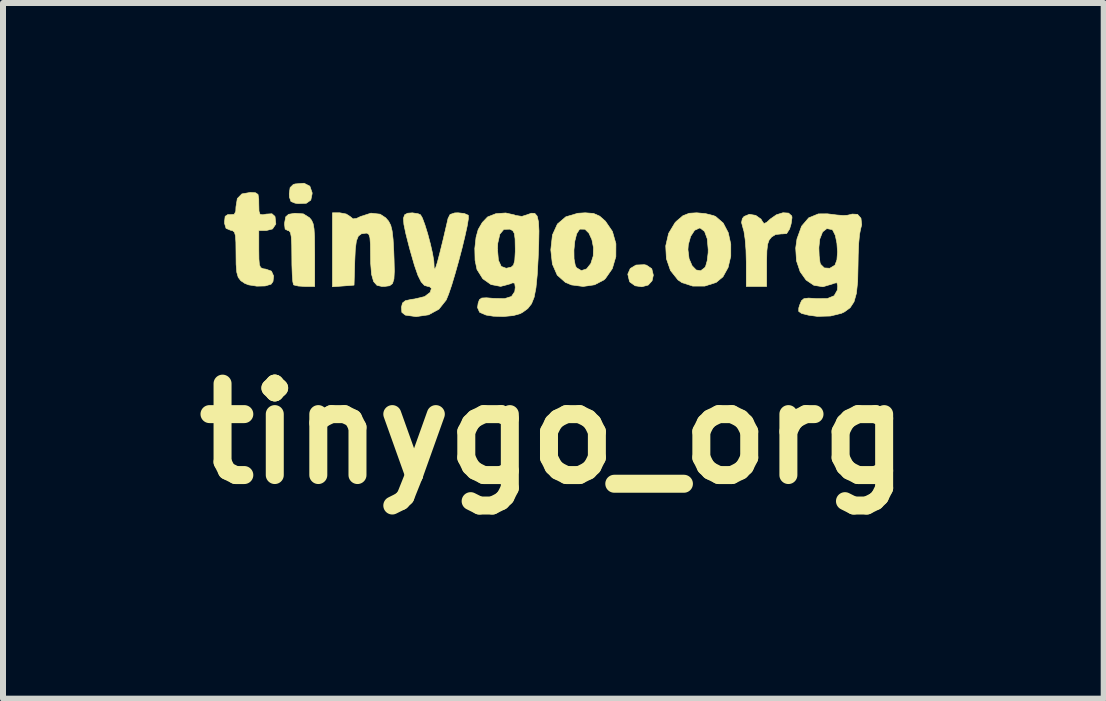
<source format=kicad_pcb>
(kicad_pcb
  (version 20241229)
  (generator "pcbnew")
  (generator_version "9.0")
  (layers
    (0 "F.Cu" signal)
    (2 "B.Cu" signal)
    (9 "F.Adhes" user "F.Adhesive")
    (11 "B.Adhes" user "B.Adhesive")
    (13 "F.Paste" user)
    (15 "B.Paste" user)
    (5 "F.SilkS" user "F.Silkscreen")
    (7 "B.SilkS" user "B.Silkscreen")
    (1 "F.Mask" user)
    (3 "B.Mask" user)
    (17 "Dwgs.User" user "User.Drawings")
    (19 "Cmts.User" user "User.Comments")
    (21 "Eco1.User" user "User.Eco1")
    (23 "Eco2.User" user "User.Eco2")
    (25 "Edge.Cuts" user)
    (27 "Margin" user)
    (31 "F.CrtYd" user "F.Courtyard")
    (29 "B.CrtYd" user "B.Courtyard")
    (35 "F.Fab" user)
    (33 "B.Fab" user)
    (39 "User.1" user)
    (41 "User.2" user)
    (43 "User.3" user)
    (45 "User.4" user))
  (footprint "tinygo_org"
    (layer "F.Cu")
    (at 6.176 4.181)
    (property "Reference" "tinygo_org" (at 0 0 0) (layer "F.SilkS") (effects (font (size 1.524 1.524) (thickness 0.3))))
    (attr through_hole)
    (fp_poly (pts (xy 1.553 -2.81) (xy 1.641 -2.75) (xy 1.667 -2.643) (xy 1.646 -2.549) (xy 1.581 -2.478) (xy 1.476 -2.45) (xy 1.364 -2.466) (xy 1.279 -2.526) (xy 1.269 -2.542) (xy 1.241 -2.66) (xy 1.283 -2.755) (xy 1.379 -2.812) (xy 1.516 -2.818) (xy 1.553 -2.81)) (stroke (width 0.01) (type solid)) (fill yes) (layer "F.SilkS"))
    (fp_poly (pts (xy -4.06 -4.127) (xy -4.022 -4.018) (xy -4.022 -4) (xy -4.044 -3.895) (xy -4.119 -3.842) (xy -4.255 -3.837) (xy -4.307 -3.844) (xy -4.375 -3.872) (xy -4.4 -3.944) (xy -4.403 -3.999) (xy -4.389 -4.103) (xy -4.338 -4.153) (xy -4.306 -4.164) (xy -4.156 -4.176) (xy -4.06 -4.127)) (stroke (width 0.01) (type solid)) (fill yes) (layer "F.SilkS"))
    (fp_poly (pts (xy -4.168 -3.665) (xy -4.066 -3.601) (xy -4.03 -3.557) (xy -4.005 -3.5) (xy -3.99 -3.415) (xy -3.982 -3.284) (xy -3.98 -3.092) (xy -3.979 -2.985) (xy -3.979 -2.455) (xy -4.142 -2.455) (xy -4.253 -2.462) (xy -4.325 -2.479) (xy -4.332 -2.484) (xy -4.344 -2.535) (xy -4.353 -2.652) (xy -4.359 -2.816) (xy -4.36 -2.949) (xy -4.362 -3.149) (xy -4.369 -3.279) (xy -4.383 -3.352) (xy -4.407 -3.383) (xy -4.427 -3.387) (xy -4.472 -3.411) (xy -4.482 -3.494) (xy -4.479 -3.524) (xy -4.462 -3.616) (xy -4.414 -3.658) (xy -4.31 -3.675) (xy -4.168 -3.665)) (stroke (width 0.01) (type solid)) (fill yes) (layer "F.SilkS"))
    (fp_poly (pts (xy 3.922 -3.678) (xy 3.975 -3.63) (xy 3.979 -3.601) (xy 3.964 -3.498) (xy 3.939 -3.414) (xy 3.89 -3.337) (xy 3.815 -3.331) (xy 3.811 -3.332) (xy 3.705 -3.321) (xy 3.639 -3.28) (xy 3.598 -3.23) (xy 3.573 -3.16) (xy 3.56 -3.049) (xy 3.556 -2.878) (xy 3.556 -2.83) (xy 3.556 -2.455) (xy 3.217 -2.455) (xy 3.217 -2.865) (xy 3.212 -3.061) (xy 3.198 -3.24) (xy 3.178 -3.375) (xy 3.166 -3.416) (xy 3.138 -3.521) (xy 3.151 -3.586) (xy 3.18 -3.622) (xy 3.268 -3.658) (xy 3.374 -3.64) (xy 3.462 -3.578) (xy 3.485 -3.539) (xy 3.512 -3.503) (xy 3.558 -3.524) (xy 3.616 -3.578) (xy 3.719 -3.65) (xy 3.829 -3.684) (xy 3.922 -3.678)) (stroke (width 0.01) (type solid)) (fill yes) (layer "F.SilkS"))
    (fp_poly (pts (xy -3.454 -3.663) (xy -3.388 -3.621) (xy -3.341 -3.582) (xy -3.282 -3.589) (xy -3.215 -3.621) (xy -3.041 -3.677) (xy -2.888 -3.66) (xy -2.795 -3.599) (xy -2.746 -3.542) (xy -2.711 -3.474) (xy -2.688 -3.38) (xy -2.672 -3.241) (xy -2.661 -3.044) (xy -2.656 -2.912) (xy -2.651 -2.711) (xy -2.658 -2.579) (xy -2.682 -2.503) (xy -2.73 -2.467) (xy -2.809 -2.456) (xy -2.859 -2.455) (xy -2.941 -2.474) (xy -2.997 -2.537) (xy -3.031 -2.657) (xy -3.046 -2.842) (xy -3.048 -2.982) (xy -3.05 -3.159) (xy -3.058 -3.267) (xy -3.076 -3.323) (xy -3.106 -3.343) (xy -3.122 -3.344) (xy -3.2 -3.333) (xy -3.251 -3.295) (xy -3.284 -3.214) (xy -3.302 -3.076) (xy -3.311 -2.877) (xy -3.323 -2.477) (xy -3.503 -2.463) (xy -3.683 -2.45) (xy -3.683 -3.683) (xy -3.561 -3.683) (xy -3.454 -3.663)) (stroke (width 0.01) (type solid)) (fill yes) (layer "F.SilkS"))
    (fp_poly (pts (xy 0.671 -3.672) (xy 0.773 -3.627) (xy 0.868 -3.543) (xy 0.985 -3.372) (xy 1.043 -3.168) (xy 1.042 -2.953) (xy 0.983 -2.752) (xy 0.868 -2.587) (xy 0.843 -2.564) (xy 0.688 -2.483) (xy 0.497 -2.455) (xy 0.304 -2.48) (xy 0.202 -2.522) (xy 0.065 -2.643) (xy -0.016 -2.828) (xy -0.042 -3.062) (xy 0.343 -3.062) (xy 0.345 -2.916) (xy 0.366 -2.803) (xy 0.386 -2.767) (xy 0.467 -2.719) (xy 0.555 -2.748) (xy 0.625 -2.837) (xy 0.665 -2.963) (xy 0.669 -3.102) (xy 0.643 -3.235) (xy 0.593 -3.344) (xy 0.527 -3.409) (xy 0.449 -3.411) (xy 0.433 -3.403) (xy 0.389 -3.334) (xy 0.358 -3.211) (xy 0.343 -3.062) (xy -0.042 -3.062) (xy -0.042 -3.069) (xy -0.015 -3.314) (xy 0.068 -3.496) (xy 0.208 -3.616) (xy 0.407 -3.675) (xy 0.531 -3.683) (xy 0.671 -3.672)) (stroke (width 0.01) (type solid)) (fill yes) (layer "F.SilkS"))
    (fp_poly (pts (xy 2.539 -3.669) (xy 2.673 -3.635) (xy 2.706 -3.621) (xy 2.832 -3.512) (xy 2.916 -3.352) (xy 2.958 -3.161) (xy 2.958 -2.96) (xy 2.914 -2.772) (xy 2.828 -2.616) (xy 2.715 -2.522) (xy 2.524 -2.461) (xy 2.324 -2.461) (xy 2.144 -2.519) (xy 2.078 -2.564) (xy 1.953 -2.721) (xy 1.885 -2.918) (xy 1.877 -3.069) (xy 2.244 -3.069) (xy 2.263 -2.918) (xy 2.313 -2.801) (xy 2.381 -2.73) (xy 2.456 -2.716) (xy 2.526 -2.77) (xy 2.539 -2.791) (xy 2.565 -2.883) (xy 2.581 -3.016) (xy 2.582 -3.069) (xy 2.566 -3.25) (xy 2.521 -3.373) (xy 2.451 -3.427) (xy 2.435 -3.429) (xy 2.355 -3.391) (xy 2.289 -3.29) (xy 2.25 -3.151) (xy 2.244 -3.069) (xy 1.877 -3.069) (xy 1.874 -3.132) (xy 1.922 -3.34) (xy 2.029 -3.518) (xy 2.053 -3.543) (xy 2.16 -3.634) (xy 2.264 -3.675) (xy 2.39 -3.683) (xy 2.539 -3.669)) (stroke (width 0.01) (type solid)) (fill yes) (layer "F.SilkS"))
    (fp_poly (pts (xy -4.965 -4.017) (xy -4.924 -3.989) (xy -4.912 -3.913) (xy -4.911 -3.828) (xy -4.908 -3.71) (xy -4.89 -3.657) (xy -4.843 -3.65) (xy -4.789 -3.661) (xy -4.692 -3.667) (xy -4.643 -3.624) (xy -4.64 -3.616) (xy -4.627 -3.496) (xy -4.682 -3.414) (xy -4.787 -3.387) (xy -4.911 -3.387) (xy -4.911 -3.072) (xy -4.909 -2.911) (xy -4.901 -2.816) (xy -4.88 -2.769) (xy -4.838 -2.75) (xy -4.794 -2.744) (xy -4.7 -2.71) (xy -4.664 -2.629) (xy -4.674 -2.538) (xy -4.706 -2.493) (xy -4.806 -2.463) (xy -4.944 -2.46) (xy -5.079 -2.481) (xy -5.144 -2.506) (xy -5.211 -2.551) (xy -5.254 -2.607) (xy -5.278 -2.691) (xy -5.289 -2.824) (xy -5.291 -3.013) (xy -5.293 -3.19) (xy -5.3 -3.3) (xy -5.317 -3.359) (xy -5.348 -3.385) (xy -5.387 -3.394) (xy -5.457 -3.424) (xy -5.481 -3.503) (xy -5.482 -3.535) (xy -5.472 -3.624) (xy -5.428 -3.653) (xy -5.387 -3.652) (xy -5.321 -3.657) (xy -5.295 -3.708) (xy -5.292 -3.781) (xy -5.269 -3.921) (xy -5.193 -3.998) (xy -5.055 -4.022) (xy -5.05 -4.022) (xy -4.965 -4.017)) (stroke (width 0.01) (type solid)) (fill yes) (layer "F.SilkS"))
    (fp_poly (pts (xy -1.484 -3.671) (xy -1.42 -3.643) (xy -1.417 -3.639) (xy -1.417 -3.582) (xy -1.437 -3.461) (xy -1.474 -3.293) (xy -1.522 -3.094) (xy -1.578 -2.881) (xy -1.637 -2.671) (xy -1.694 -2.481) (xy -1.746 -2.328) (xy -1.786 -2.23) (xy -1.908 -2.076) (xy -2.08 -1.982) (xy -2.288 -1.952) (xy -2.468 -1.977) (xy -2.526 -2.023) (xy -2.532 -2.11) (xy -2.515 -2.179) (xy -2.468 -2.217) (xy -2.369 -2.239) (xy -2.315 -2.246) (xy -2.147 -2.286) (xy -2.053 -2.357) (xy -2.033 -2.424) (xy -2.066 -2.452) (xy -2.09 -2.455) (xy -2.149 -2.472) (xy -2.203 -2.53) (xy -2.257 -2.638) (xy -2.316 -2.808) (xy -2.385 -3.048) (xy -2.401 -3.106) (xy -2.459 -3.333) (xy -2.492 -3.491) (xy -2.499 -3.593) (xy -2.479 -3.65) (xy -2.43 -3.676) (xy -2.352 -3.682) (xy -2.349 -3.682) (xy -2.254 -3.667) (xy -2.215 -3.65) (xy -2.184 -3.597) (xy -2.142 -3.484) (xy -2.095 -3.333) (xy -2.051 -3.167) (xy -2.015 -3.009) (xy -1.993 -2.881) (xy -1.99 -2.833) (xy -1.987 -2.765) (xy -1.978 -2.743) (xy -1.96 -2.774) (xy -1.932 -2.863) (xy -1.892 -3.016) (xy -1.837 -3.239) (xy -1.767 -3.538) (xy -1.756 -3.588) (xy -1.722 -3.655) (xy -1.644 -3.681) (xy -1.589 -3.683) (xy -1.484 -3.671)) (stroke (width 0.01) (type solid)) (fill yes) (layer "F.SilkS"))
    (fp_poly (pts (xy 4.73 -3.646) (xy 4.833 -3.638) (xy 4.902 -3.642) (xy 4.964 -3.656) (xy 4.981 -3.662) (xy 5.072 -3.657) (xy 5.129 -3.592) (xy 5.141 -3.484) (xy 5.122 -3.408) (xy 5.105 -3.321) (xy 5.091 -3.172) (xy 5.083 -2.983) (xy 5.08 -2.81) (xy 5.074 -2.54) (xy 5.053 -2.341) (xy 5.013 -2.199) (xy 4.948 -2.1) (xy 4.855 -2.032) (xy 4.803 -2.007) (xy 4.62 -1.962) (xy 4.403 -1.956) (xy 4.255 -1.976) (xy 4.14 -2.005) (xy 4.091 -2.039) (xy 4.092 -2.096) (xy 4.109 -2.15) (xy 4.138 -2.218) (xy 4.179 -2.252) (xy 4.255 -2.261) (xy 4.39 -2.252) (xy 4.57 -2.254) (xy 4.682 -2.3) (xy 4.735 -2.394) (xy 4.741 -2.465) (xy 4.728 -2.518) (xy 4.675 -2.507) (xy 4.659 -2.499) (xy 4.495 -2.45) (xy 4.344 -2.474) (xy 4.214 -2.562) (xy 4.115 -2.701) (xy 4.054 -2.882) (xy 4.041 -3.094) (xy 4.042 -3.103) (xy 4.427 -3.103) (xy 4.432 -2.965) (xy 4.446 -2.855) (xy 4.455 -2.826) (xy 4.517 -2.764) (xy 4.609 -2.758) (xy 4.695 -2.81) (xy 4.696 -2.812) (xy 4.728 -2.898) (xy 4.738 -3.029) (xy 4.728 -3.176) (xy 4.701 -3.307) (xy 4.659 -3.392) (xy 4.647 -3.403) (xy 4.56 -3.42) (xy 4.489 -3.364) (xy 4.442 -3.245) (xy 4.427 -3.103) (xy 4.042 -3.103) (xy 4.062 -3.247) (xy 4.139 -3.46) (xy 4.258 -3.599) (xy 4.419 -3.665) (xy 4.569 -3.666) (xy 4.73 -3.646)) (stroke (width 0.01) (type solid)) (fill yes) (layer "F.SilkS"))
    (fp_poly (pts (xy -0.647 -3.647) (xy -0.635 -3.64) (xy -0.525 -3.623) (xy -0.445 -3.648) (xy -0.366 -3.676) (xy -0.309 -3.673) (xy -0.27 -3.628) (xy -0.248 -3.533) (xy -0.24 -3.38) (xy -0.244 -3.158) (xy -0.253 -2.929) (xy -0.269 -2.645) (xy -0.29 -2.432) (xy -0.32 -2.276) (xy -0.364 -2.166) (xy -0.426 -2.087) (xy -0.509 -2.026) (xy -0.554 -2.001) (xy -0.669 -1.969) (xy -0.83 -1.954) (xy -1.001 -1.959) (xy -1.122 -1.978) (xy -1.229 -2.024) (xy -1.264 -2.102) (xy -1.254 -2.174) (xy -1.233 -2.234) (xy -1.194 -2.262) (xy -1.115 -2.266) (xy -0.996 -2.256) (xy -0.813 -2.252) (xy -0.698 -2.288) (xy -0.643 -2.37) (xy -0.635 -2.441) (xy -0.645 -2.512) (xy -0.687 -2.514) (xy -0.717 -2.499) (xy -0.878 -2.456) (xy -1.038 -2.486) (xy -1.176 -2.583) (xy -1.272 -2.736) (xy -1.273 -2.737) (xy -1.305 -2.891) (xy -1.309 -3.07) (xy -0.931 -3.07) (xy -0.916 -2.892) (xy -0.869 -2.789) (xy -0.786 -2.758) (xy -0.702 -2.777) (xy -0.664 -2.812) (xy -0.643 -2.891) (xy -0.635 -3.032) (xy -0.635 -3.092) (xy -0.638 -3.247) (xy -0.65 -3.338) (xy -0.677 -3.386) (xy -0.726 -3.41) (xy -0.727 -3.41) (xy -0.825 -3.407) (xy -0.892 -3.327) (xy -0.927 -3.174) (xy -0.931 -3.07) (xy -1.309 -3.07) (xy -1.31 -3.083) (xy -1.289 -3.274) (xy -1.253 -3.404) (xy -1.185 -3.521) (xy -1.099 -3.611) (xy -1.096 -3.614) (xy -0.959 -3.668) (xy -0.794 -3.68) (xy -0.647 -3.647)) (stroke (width 0.01) (type solid)) (fill yes) (layer "F.SilkS")))
  (gr_rect
    (start -3 -3)
    (end 15.352 8.599)
    (stroke (width 0.1) (type default))
    (fill no)
    (layer "Edge.Cuts")))
</source>
